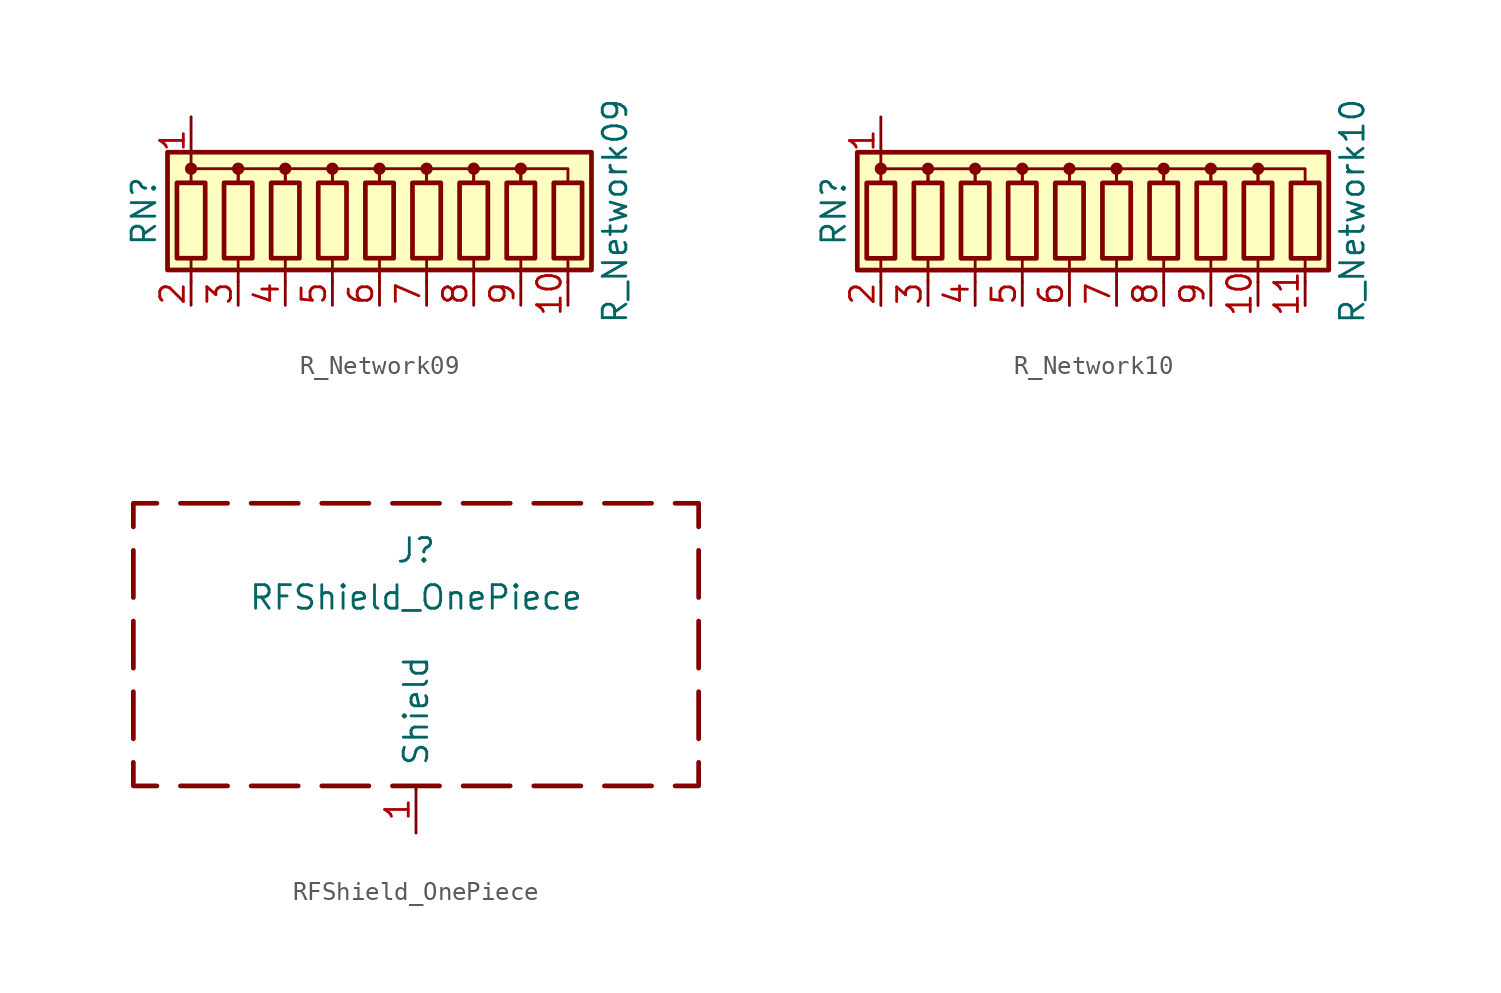
<source format=kicad_sym>
(kicad_symbol_lib
  (version 20201005)
  (generator kicad_symbol_editor)
  (symbol "R_Network09"
    (pin_names
      (offset 0) hide)
    (property "Reference" "RN"
      (at -12.7 0 90)
      (effects (font (size 1.27 1.27))))
    (property "Value" "R_Network09"
      (at 12.7 0 90)
      (effects (font (size 1.27 1.27))))
    (symbol "R_Network09_0_1"
      (circle (center -10.16 2.286) (radius 0.254) (stroke (width 0)) (fill (type outline)))
      (circle (center -7.62 2.286) (radius 0.254) (stroke (width 0)) (fill (type outline)))
      (circle (center -5.08 2.286) (radius 0.254) (stroke (width 0)) (fill (type outline)))
      (circle (center -2.54 2.286) (radius 0.254) (stroke (width 0)) (fill (type outline)))
      (circle (center 0 2.286) (radius 0.254) (stroke (width 0)) (fill (type outline)))
      (circle (center 2.54 2.286) (radius 0.254) (stroke (width 0)) (fill (type outline)))
      (circle (center 5.08 2.286) (radius 0.254) (stroke (width 0)) (fill (type outline)))
      (circle (center 7.62 2.286) (radius 0.254) (stroke (width 0)) (fill (type outline)))
      (rectangle (start -10.922 1.524) (end -9.398 -2.54) (stroke (width 0.254)) (fill (type none)))
      (rectangle (start -8.382 1.524) (end -6.858 -2.54) (stroke (width 0.254)) (fill (type none)))
      (rectangle (start -5.842 1.524) (end -4.318 -2.54) (stroke (width 0.254)) (fill (type none)))
      (rectangle (start -3.302 1.524) (end -1.778 -2.54) (stroke (width 0.254)) (fill (type none)))
      (rectangle (start -0.762 1.524) (end 0.762 -2.54) (stroke (width 0.254)) (fill (type none)))
      (rectangle (start 1.778 1.524) (end 3.302 -2.54) (stroke (width 0.254)) (fill (type none)))
      (rectangle (start 4.318 1.524) (end 5.842 -2.54) (stroke (width 0.254)) (fill (type none)))
      (rectangle (start 6.858 1.524) (end 8.382 -2.54) (stroke (width 0.254)) (fill (type none)))
      (rectangle (start 9.398 1.524) (end 10.922 -2.54) (stroke (width 0.254)) (fill (type none)))
      (rectangle (start -11.43 -3.175) (end 11.43 3.175) (stroke (width 0.254)) (fill (type background)))
      (polyline (pts (xy -10.16 -2.54) (xy -10.16 -3.81)) (stroke (width 0)) (fill (type none)))
      (polyline (pts (xy -7.62 -2.54) (xy -7.62 -3.81)) (stroke (width 0)) (fill (type none)))
      (polyline (pts (xy -5.08 -2.54) (xy -5.08 -3.81)) (stroke (width 0)) (fill (type none)))
      (polyline (pts (xy -2.54 -2.54) (xy -2.54 -3.81)) (stroke (width 0)) (fill (type none)))
      (polyline (pts (xy 0 -2.54) (xy 0 -3.81)) (stroke (width 0)) (fill (type none)))
      (polyline (pts (xy 2.54 -2.54) (xy 2.54 -3.81)) (stroke (width 0)) (fill (type none)))
      (polyline (pts (xy 5.08 -2.54) (xy 5.08 -3.81)) (stroke (width 0)) (fill (type none)))
      (polyline (pts (xy 7.62 -2.54) (xy 7.62 -3.81)) (stroke (width 0)) (fill (type none)))
      (polyline (pts (xy 10.16 -2.54) (xy 10.16 -3.81)) (stroke (width 0)) (fill (type none)))
      (polyline (pts (xy -10.16 1.524) (xy -10.16 2.286) (xy -7.62 2.286) (xy -7.62 1.524)) (stroke (width 0)) (fill (type none)))
      (polyline (pts (xy -7.62 1.524) (xy -7.62 2.286) (xy -5.08 2.286) (xy -5.08 1.524)) (stroke (width 0)) (fill (type none)))
      (polyline (pts (xy -5.08 1.524) (xy -5.08 2.286) (xy -2.54 2.286) (xy -2.54 1.524)) (stroke (width 0)) (fill (type none)))
      (polyline (pts (xy -2.54 1.524) (xy -2.54 2.286) (xy 0 2.286) (xy 0 1.524)) (stroke (width 0)) (fill (type none)))
      (polyline (pts (xy 0 1.524) (xy 0 2.286) (xy 2.54 2.286) (xy 2.54 1.524)) (stroke (width 0)) (fill (type none)))
      (polyline (pts (xy 2.54 1.524) (xy 2.54 2.286) (xy 5.08 2.286) (xy 5.08 1.524)) (stroke (width 0)) (fill (type none)))
      (polyline (pts (xy 5.08 1.524) (xy 5.08 2.286) (xy 7.62 2.286) (xy 7.62 1.524)) (stroke (width 0)) (fill (type none)))
      (polyline (pts (xy 7.62 1.524) (xy 7.62 2.286) (xy 10.16 2.286) (xy 10.16 1.524)) (stroke (width 0)) (fill (type none))))
    (symbol "R_Network09_1_1"
      (pin passive line (at -10.16 5.08 270) (length 2.54) (name "common" (effects (font (size 1.27 1.27)))) (number "1" (effects (font (size 1.27 1.27)))))
      (pin passive line (at 10.16 -5.08 90) (length 1.27) (name "R9" (effects (font (size 1.27 1.27)))) (number "10" (effects (font (size 1.27 1.27)))))
      (pin passive line (at -10.16 -5.08 90) (length 1.27) (name "R1" (effects (font (size 1.27 1.27)))) (number "2" (effects (font (size 1.27 1.27)))))
      (pin passive line (at -7.62 -5.08 90) (length 1.27) (name "R2" (effects (font (size 1.27 1.27)))) (number "3" (effects (font (size 1.27 1.27)))))
      (pin passive line (at -5.08 -5.08 90) (length 1.27) (name "R3" (effects (font (size 1.27 1.27)))) (number "4" (effects (font (size 1.27 1.27)))))
      (pin passive line (at -2.54 -5.08 90) (length 1.27) (name "R4" (effects (font (size 1.27 1.27)))) (number "5" (effects (font (size 1.27 1.27)))))
      (pin passive line (at 0 -5.08 90) (length 1.27) (name "R5" (effects (font (size 1.27 1.27)))) (number "6" (effects (font (size 1.27 1.27)))))
      (pin passive line (at 2.54 -5.08 90) (length 1.27) (name "R6" (effects (font (size 1.27 1.27)))) (number "7" (effects (font (size 1.27 1.27)))))
      (pin passive line (at 5.08 -5.08 90) (length 1.27) (name "R7" (effects (font (size 1.27 1.27)))) (number "8" (effects (font (size 1.27 1.27)))))
      (pin passive line (at 7.62 -5.08 90) (length 1.27) (name "R8" (effects (font (size 1.27 1.27)))) (number "9" (effects (font (size 1.27 1.27)))))))
  (symbol "R_Network10"
    (pin_names
      (offset 0) hide)
    (property "Reference" "RN"
      (at -15.24 0 90)
      (effects (font (size 1.27 1.27))))
    (property "Value" "R_Network10"
      (at 12.7 0 90)
      (effects (font (size 1.27 1.27))))
    (symbol "R_Network10_0_1"
      (circle (center -12.7 2.286) (radius 0.254) (stroke (width 0)) (fill (type outline)))
      (circle (center -10.16 2.286) (radius 0.254) (stroke (width 0)) (fill (type outline)))
      (circle (center -7.62 2.286) (radius 0.254) (stroke (width 0)) (fill (type outline)))
      (circle (center -5.08 2.286) (radius 0.254) (stroke (width 0)) (fill (type outline)))
      (circle (center -2.54 2.286) (radius 0.254) (stroke (width 0)) (fill (type outline)))
      (circle (center 0 2.286) (radius 0.254) (stroke (width 0)) (fill (type outline)))
      (circle (center 2.54 2.286) (radius 0.254) (stroke (width 0)) (fill (type outline)))
      (circle (center 5.08 2.286) (radius 0.254) (stroke (width 0)) (fill (type outline)))
      (circle (center 7.62 2.286) (radius 0.254) (stroke (width 0)) (fill (type outline)))
      (rectangle (start -13.462 1.524) (end -11.938 -2.54) (stroke (width 0.254)) (fill (type none)))
      (rectangle (start -10.922 1.524) (end -9.398 -2.54) (stroke (width 0.254)) (fill (type none)))
      (rectangle (start -8.382 1.524) (end -6.858 -2.54) (stroke (width 0.254)) (fill (type none)))
      (rectangle (start -5.842 1.524) (end -4.318 -2.54) (stroke (width 0.254)) (fill (type none)))
      (rectangle (start -3.302 1.524) (end -1.778 -2.54) (stroke (width 0.254)) (fill (type none)))
      (rectangle (start -0.762 1.524) (end 0.762 -2.54) (stroke (width 0.254)) (fill (type none)))
      (rectangle (start 1.778 1.524) (end 3.302 -2.54) (stroke (width 0.254)) (fill (type none)))
      (rectangle (start 4.318 1.524) (end 5.842 -2.54) (stroke (width 0.254)) (fill (type none)))
      (rectangle (start 6.858 1.524) (end 8.382 -2.54) (stroke (width 0.254)) (fill (type none)))
      (rectangle (start 9.398 1.524) (end 10.922 -2.54) (stroke (width 0.254)) (fill (type none)))
      (rectangle (start -13.97 -3.175) (end 11.43 3.175) (stroke (width 0.254)) (fill (type background)))
      (polyline (pts (xy -12.7 -2.54) (xy -12.7 -3.81)) (stroke (width 0)) (fill (type none)))
      (polyline (pts (xy -10.16 -2.54) (xy -10.16 -3.81)) (stroke (width 0)) (fill (type none)))
      (polyline (pts (xy -7.62 -2.54) (xy -7.62 -3.81)) (stroke (width 0)) (fill (type none)))
      (polyline (pts (xy -5.08 -2.54) (xy -5.08 -3.81)) (stroke (width 0)) (fill (type none)))
      (polyline (pts (xy -2.54 -2.54) (xy -2.54 -3.81)) (stroke (width 0)) (fill (type none)))
      (polyline (pts (xy 0 -2.54) (xy 0 -3.81)) (stroke (width 0)) (fill (type none)))
      (polyline (pts (xy 2.54 -2.54) (xy 2.54 -3.81)) (stroke (width 0)) (fill (type none)))
      (polyline (pts (xy 5.08 -2.54) (xy 5.08 -3.81)) (stroke (width 0)) (fill (type none)))
      (polyline (pts (xy 7.62 -2.54) (xy 7.62 -3.81)) (stroke (width 0)) (fill (type none)))
      (polyline (pts (xy 10.16 -2.54) (xy 10.16 -3.81)) (stroke (width 0)) (fill (type none)))
      (polyline (pts (xy -12.7 1.524) (xy -12.7 2.286) (xy -10.16 2.286) (xy -10.16 1.524)) (stroke (width 0)) (fill (type none)))
      (polyline (pts (xy -10.16 1.524) (xy -10.16 2.286) (xy -7.62 2.286) (xy -7.62 1.524)) (stroke (width 0)) (fill (type none)))
      (polyline (pts (xy -7.62 1.524) (xy -7.62 2.286) (xy -5.08 2.286) (xy -5.08 1.524)) (stroke (width 0)) (fill (type none)))
      (polyline (pts (xy -5.08 1.524) (xy -5.08 2.286) (xy -2.54 2.286) (xy -2.54 1.524)) (stroke (width 0)) (fill (type none)))
      (polyline (pts (xy -2.54 1.524) (xy -2.54 2.286) (xy 0 2.286) (xy 0 1.524)) (stroke (width 0)) (fill (type none)))
      (polyline (pts (xy 0 1.524) (xy 0 2.286) (xy 2.54 2.286) (xy 2.54 1.524)) (stroke (width 0)) (fill (type none)))
      (polyline (pts (xy 2.54 1.524) (xy 2.54 2.286) (xy 5.08 2.286) (xy 5.08 1.524)) (stroke (width 0)) (fill (type none)))
      (polyline (pts (xy 5.08 1.524) (xy 5.08 2.286) (xy 7.62 2.286) (xy 7.62 1.524)) (stroke (width 0)) (fill (type none)))
      (polyline (pts (xy 7.62 1.524) (xy 7.62 2.286) (xy 10.16 2.286) (xy 10.16 1.524)) (stroke (width 0)) (fill (type none))))
    (symbol "R_Network10_1_1"
      (pin passive line (at -12.7 5.08 270) (length 2.54) (name "common" (effects (font (size 1.27 1.27)))) (number "1" (effects (font (size 1.27 1.27)))))
      (pin passive line (at 7.62 -5.08 90) (length 1.27) (name "R9" (effects (font (size 1.27 1.27)))) (number "10" (effects (font (size 1.27 1.27)))))
      (pin passive line (at 10.16 -5.08 90) (length 1.27) (name "R10" (effects (font (size 1.27 1.27)))) (number "11" (effects (font (size 1.27 1.27)))))
      (pin passive line (at -12.7 -5.08 90) (length 1.27) (name "R1" (effects (font (size 1.27 1.27)))) (number "2" (effects (font (size 1.27 1.27)))))
      (pin passive line (at -10.16 -5.08 90) (length 1.27) (name "R2" (effects (font (size 1.27 1.27)))) (number "3" (effects (font (size 1.27 1.27)))))
      (pin passive line (at -7.62 -5.08 90) (length 1.27) (name "R3" (effects (font (size 1.27 1.27)))) (number "4" (effects (font (size 1.27 1.27)))))
      (pin passive line (at -5.08 -5.08 90) (length 1.27) (name "R4" (effects (font (size 1.27 1.27)))) (number "5" (effects (font (size 1.27 1.27)))))
      (pin passive line (at -2.54 -5.08 90) (length 1.27) (name "R5" (effects (font (size 1.27 1.27)))) (number "6" (effects (font (size 1.27 1.27)))))
      (pin passive line (at 0 -5.08 90) (length 1.27) (name "R6" (effects (font (size 1.27 1.27)))) (number "7" (effects (font (size 1.27 1.27)))))
      (pin passive line (at 2.54 -5.08 90) (length 1.27) (name "R7" (effects (font (size 1.27 1.27)))) (number "8" (effects (font (size 1.27 1.27)))))
      (pin passive line (at 5.08 -5.08 90) (length 1.27) (name "R8" (effects (font (size 1.27 1.27)))) (number "9" (effects (font (size 1.27 1.27)))))))
  (symbol "RFShield_OnePiece"
    (pin_names
      (offset 1.016))
    (property "Reference" "J"
      (at 0 5.08 0)
      (effects (font (size 1.27 1.27))))
    (property "Value" "RFShield_OnePiece"
      (at 0 2.54 0)
      (effects (font (size 1.27 1.27))))
    (symbol "RFShield_OnePiece_0_1"
      (polyline (pts (xy -15.24 -5.08) (xy -15.24 -2.54)) (stroke (width 0.254)) (fill (type none)))
      (polyline (pts (xy -15.24 -1.27) (xy -15.24 1.27)) (stroke (width 0.254)) (fill (type none)))
      (polyline (pts (xy -15.24 2.54) (xy -15.24 5.08)) (stroke (width 0.254)) (fill (type none)))
      (polyline (pts (xy -12.7 7.62) (xy -10.16 7.62)) (stroke (width 0.254)) (fill (type none)))
      (polyline (pts (xy -10.16 -7.62) (xy -12.7 -7.62)) (stroke (width 0.254)) (fill (type none)))
      (polyline (pts (xy -6.35 -7.62) (xy -8.89 -7.62)) (stroke (width 0.254)) (fill (type none)))
      (polyline (pts (xy -6.35 7.62) (xy -8.89 7.62)) (stroke (width 0.254)) (fill (type none)))
      (polyline (pts (xy -2.54 -7.62) (xy -5.08 -7.62)) (stroke (width 0.254)) (fill (type none)))
      (polyline (pts (xy -2.54 7.62) (xy -5.08 7.62)) (stroke (width 0.254)) (fill (type none)))
      (polyline (pts (xy -1.27 -7.62) (xy 1.27 -7.62)) (stroke (width 0.254)) (fill (type none)))
      (polyline (pts (xy 1.27 7.62) (xy -1.27 7.62)) (stroke (width 0.254)) (fill (type none)))
      (polyline (pts (xy 2.54 -7.62) (xy 5.08 -7.62)) (stroke (width 0.254)) (fill (type none)))
      (polyline (pts (xy 5.08 7.62) (xy 2.54 7.62)) (stroke (width 0.254)) (fill (type none)))
      (polyline (pts (xy 6.35 -7.62) (xy 8.89 -7.62)) (stroke (width 0.254)) (fill (type none)))
      (polyline (pts (xy 8.89 7.62) (xy 6.35 7.62)) (stroke (width 0.254)) (fill (type none)))
      (polyline (pts (xy 10.16 -7.62) (xy 12.7 -7.62)) (stroke (width 0.254)) (fill (type none)))
      (polyline (pts (xy 12.7 7.62) (xy 10.16 7.62)) (stroke (width 0.254)) (fill (type none)))
      (polyline (pts (xy 15.24 -5.08) (xy 15.24 -2.54)) (stroke (width 0.254)) (fill (type none)))
      (polyline (pts (xy 15.24 -1.27) (xy 15.24 1.27)) (stroke (width 0.254)) (fill (type none)))
      (polyline (pts (xy 15.24 2.54) (xy 15.24 5.08)) (stroke (width 0.254)) (fill (type none)))
      (polyline (pts (xy -15.24 6.35) (xy -15.24 7.62) (xy -13.97 7.62)) (stroke (width 0.254)) (fill (type none)))
      (polyline (pts (xy -13.97 -7.62) (xy -15.24 -7.62) (xy -15.24 -6.35)) (stroke (width 0.254)) (fill (type none)))
      (polyline (pts (xy 13.97 -7.62) (xy 15.24 -7.62) (xy 15.24 -6.35)) (stroke (width 0.254)) (fill (type none)))
      (polyline (pts (xy 15.24 6.35) (xy 15.24 7.62) (xy 13.97 7.62)) (stroke (width 0.254)) (fill (type none))))
    (symbol "RFShield_OnePiece_1_1"
      (pin passive line (at 0 -10.16 90) (length 2.54) (name "Shield" (effects (font (size 1.27 1.27)))) (number "1" (effects (font (size 1.27 1.27))))))))
</source>
